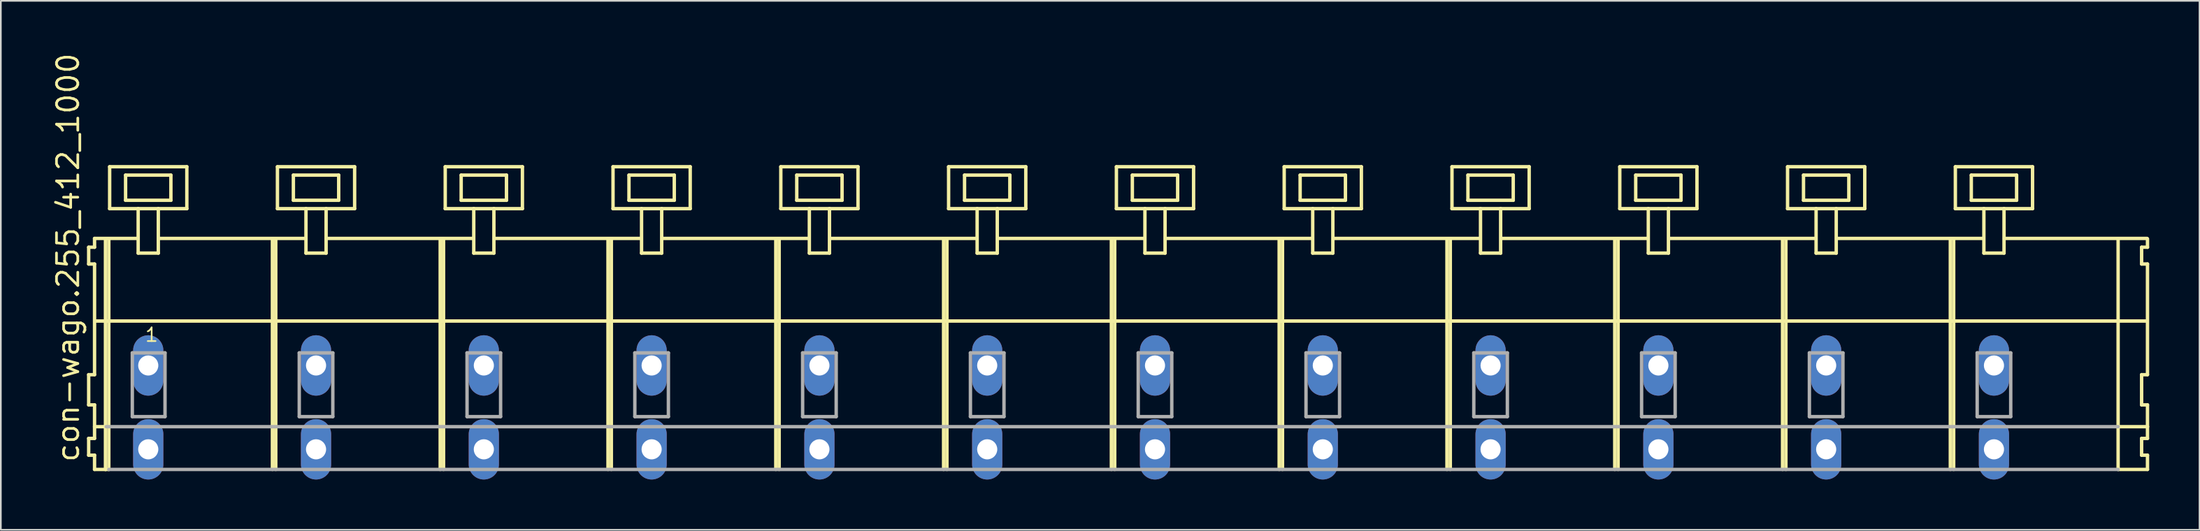
<source format=kicad_pcb>
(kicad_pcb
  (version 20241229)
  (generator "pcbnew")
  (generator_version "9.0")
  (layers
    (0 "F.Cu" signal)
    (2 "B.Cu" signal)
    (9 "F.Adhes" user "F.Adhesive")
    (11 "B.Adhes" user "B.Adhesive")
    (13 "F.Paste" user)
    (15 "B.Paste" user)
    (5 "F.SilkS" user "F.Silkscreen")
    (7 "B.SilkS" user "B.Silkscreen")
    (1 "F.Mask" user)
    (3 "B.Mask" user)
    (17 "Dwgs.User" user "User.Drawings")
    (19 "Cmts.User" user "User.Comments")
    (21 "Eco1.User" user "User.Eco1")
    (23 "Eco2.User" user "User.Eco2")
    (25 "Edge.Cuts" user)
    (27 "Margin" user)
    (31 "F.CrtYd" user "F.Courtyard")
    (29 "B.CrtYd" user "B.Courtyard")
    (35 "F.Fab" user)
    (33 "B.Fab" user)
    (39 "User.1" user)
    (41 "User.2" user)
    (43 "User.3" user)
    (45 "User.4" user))
  (footprint "con-wago.255_412_1000"
    (layer "F.Cu")
    (at 63.285 18.743)
    (property "Reference" "con-wago.255_412_1000" (at -61.535 5.855 90) (layer "F.SilkS") (effects (font (size 1.27 1.27) (thickness 0.16)) (justify left bottom)))
    (attr through_hole)
    (fp_line (start -61.05 -7.05) (end -61.05 -6.05) (stroke (width 0.203) (type default)) (layer "F.SilkS"))
    (fp_line (start -61.05 -6.05) (end -60.7 -6.05) (stroke (width 0.203) (type default)) (layer "F.SilkS"))
    (fp_line (start -61.05 0.55) (end -61.05 2.35) (stroke (width 0.203) (type default)) (layer "F.SilkS"))
    (fp_line (start -61.05 2.35) (end -60.7 2.35) (stroke (width 0.203) (type default)) (layer "F.SilkS"))
    (fp_line (start -61.05 4.35) (end -61.05 5.35) (stroke (width 0.203) (type default)) (layer "F.SilkS"))
    (fp_line (start -61.05 5.35) (end -60.7 5.35) (stroke (width 0.203) (type default)) (layer "F.SilkS"))
    (fp_line (start -60.7 -7.575) (end -60.7 -7.05) (stroke (width 0.203) (type default)) (layer "F.SilkS"))
    (fp_line (start -60.7 -7.575) (end -58.125 -7.575) (stroke (width 0.203) (type default)) (layer "F.SilkS"))
    (fp_line (start -60.7 -7.05) (end -61.05 -7.05) (stroke (width 0.203) (type default)) (layer "F.SilkS"))
    (fp_line (start -60.7 -6.05) (end -60.7 0.55) (stroke (width 0.203) (type default)) (layer "F.SilkS"))
    (fp_line (start -60.7 0.55) (end -61.05 0.55) (stroke (width 0.203) (type default)) (layer "F.SilkS"))
    (fp_line (start -60.7 2.35) (end -60.7 4.35) (stroke (width 0.203) (type default)) (layer "F.SilkS"))
    (fp_line (start -60.7 3.65) (end -60 3.65) (stroke (width 0.203) (type default)) (layer "F.SilkS"))
    (fp_line (start -60.7 4.35) (end -61.05 4.35) (stroke (width 0.203) (type default)) (layer "F.SilkS"))
    (fp_line (start -60.7 5.35) (end -60.7 6.2) (stroke (width 0.203) (type default)) (layer "F.SilkS"))
    (fp_line (start -60.7 6.2) (end -60.05 6.2) (stroke (width 0.203) (type default)) (layer "F.SilkS"))
    (fp_line (start -60.65 -2.65) (end 61.6 -2.65) (stroke (width 0.203) (type default)) (layer "F.SilkS"))
    (fp_line (start -60.05 -7.55) (end -60.05 6.2) (stroke (width 0.203) (type default)) (layer "F.SilkS"))
    (fp_line (start -60.05 6.2) (end -59.85 6.2) (stroke (width 0.203) (type default)) (layer "F.SilkS"))
    (fp_line (start -59.85 -7.55) (end -59.85 6.2) (stroke (width 0.203) (type default)) (layer "F.SilkS"))
    (fp_line (start -59.8 -11.85) (end -59.8 -9.35) (stroke (width 0.203) (type default)) (layer "F.SilkS"))
    (fp_line (start -59.8 -9.35) (end -58.1 -9.35) (stroke (width 0.203) (type default)) (layer "F.SilkS"))
    (fp_line (start -58.85 -11.35) (end -58.85 -9.85) (stroke (width 0.203) (type default)) (layer "F.SilkS"))
    (fp_line (start -58.85 -9.85) (end -56.15 -9.85) (stroke (width 0.203) (type default)) (layer "F.SilkS"))
    (fp_line (start -58.1 -9.35) (end -58.1 -6.7) (stroke (width 0.203) (type default)) (layer "F.SilkS"))
    (fp_line (start -58.1 -9.35) (end -56.9 -9.35) (stroke (width 0.203) (type default)) (layer "F.SilkS"))
    (fp_line (start -58.1 -6.7) (end -56.9 -6.7) (stroke (width 0.203) (type default)) (layer "F.SilkS"))
    (fp_line (start -56.9 -9.35) (end -55.2 -9.35) (stroke (width 0.203) (type default)) (layer "F.SilkS"))
    (fp_line (start -56.9 -6.7) (end -56.9 -9.35) (stroke (width 0.203) (type default)) (layer "F.SilkS"))
    (fp_line (start -56.825 -7.575) (end -48.125 -7.575) (stroke (width 0.203) (type default)) (layer "F.SilkS"))
    (fp_line (start -56.15 -11.35) (end -58.85 -11.35) (stroke (width 0.203) (type default)) (layer "F.SilkS"))
    (fp_line (start -56.15 -9.85) (end -56.15 -11.35) (stroke (width 0.203) (type default)) (layer "F.SilkS"))
    (fp_line (start -55.2 -11.85) (end -59.8 -11.85) (stroke (width 0.203) (type default)) (layer "F.SilkS"))
    (fp_line (start -55.2 -9.35) (end -55.2 -11.85) (stroke (width 0.203) (type default)) (layer "F.SilkS"))
    (fp_line (start -50.1 -7.55) (end -50.1 6.2) (stroke (width 0.203) (type default)) (layer "F.SilkS"))
    (fp_line (start -49.9 -7.55) (end -49.9 6.2) (stroke (width 0.203) (type default)) (layer "F.SilkS"))
    (fp_line (start -49.8 -11.85) (end -49.8 -9.35) (stroke (width 0.203) (type default)) (layer "F.SilkS"))
    (fp_line (start -49.8 -9.35) (end -48.1 -9.35) (stroke (width 0.203) (type default)) (layer "F.SilkS"))
    (fp_line (start -48.85 -11.35) (end -48.85 -9.85) (stroke (width 0.203) (type default)) (layer "F.SilkS"))
    (fp_line (start -48.85 -9.85) (end -46.15 -9.85) (stroke (width 0.203) (type default)) (layer "F.SilkS"))
    (fp_line (start -48.1 -9.35) (end -48.1 -6.7) (stroke (width 0.203) (type default)) (layer "F.SilkS"))
    (fp_line (start -48.1 -9.35) (end -46.9 -9.35) (stroke (width 0.203) (type default)) (layer "F.SilkS"))
    (fp_line (start -48.1 -6.7) (end -46.9 -6.7) (stroke (width 0.203) (type default)) (layer "F.SilkS"))
    (fp_line (start -46.9 -9.35) (end -45.2 -9.35) (stroke (width 0.203) (type default)) (layer "F.SilkS"))
    (fp_line (start -46.9 -6.7) (end -46.9 -9.35) (stroke (width 0.203) (type default)) (layer "F.SilkS"))
    (fp_line (start -46.825 -7.575) (end -38.125 -7.575) (stroke (width 0.203) (type default)) (layer "F.SilkS"))
    (fp_line (start -46.15 -11.35) (end -48.85 -11.35) (stroke (width 0.203) (type default)) (layer "F.SilkS"))
    (fp_line (start -46.15 -9.85) (end -46.15 -11.35) (stroke (width 0.203) (type default)) (layer "F.SilkS"))
    (fp_line (start -45.2 -11.85) (end -49.8 -11.85) (stroke (width 0.203) (type default)) (layer "F.SilkS"))
    (fp_line (start -45.2 -9.35) (end -45.2 -11.85) (stroke (width 0.203) (type default)) (layer "F.SilkS"))
    (fp_line (start -40.1 -7.55) (end -40.1 6.2) (stroke (width 0.203) (type default)) (layer "F.SilkS"))
    (fp_line (start -39.9 -7.55) (end -39.9 6.2) (stroke (width 0.203) (type default)) (layer "F.SilkS"))
    (fp_line (start -39.8 -11.85) (end -39.8 -9.35) (stroke (width 0.203) (type default)) (layer "F.SilkS"))
    (fp_line (start -39.8 -9.35) (end -38.1 -9.35) (stroke (width 0.203) (type default)) (layer "F.SilkS"))
    (fp_line (start -38.85 -11.35) (end -38.85 -9.85) (stroke (width 0.203) (type default)) (layer "F.SilkS"))
    (fp_line (start -38.85 -9.85) (end -36.15 -9.85) (stroke (width 0.203) (type default)) (layer "F.SilkS"))
    (fp_line (start -38.1 -9.35) (end -38.1 -6.7) (stroke (width 0.203) (type default)) (layer "F.SilkS"))
    (fp_line (start -38.1 -9.35) (end -36.9 -9.35) (stroke (width 0.203) (type default)) (layer "F.SilkS"))
    (fp_line (start -38.1 -6.7) (end -36.9 -6.7) (stroke (width 0.203) (type default)) (layer "F.SilkS"))
    (fp_line (start -36.9 -9.35) (end -35.2 -9.35) (stroke (width 0.203) (type default)) (layer "F.SilkS"))
    (fp_line (start -36.9 -6.7) (end -36.9 -9.35) (stroke (width 0.203) (type default)) (layer "F.SilkS"))
    (fp_line (start -36.825 -7.575) (end -28.125 -7.575) (stroke (width 0.203) (type default)) (layer "F.SilkS"))
    (fp_line (start -36.15 -11.35) (end -38.85 -11.35) (stroke (width 0.203) (type default)) (layer "F.SilkS"))
    (fp_line (start -36.15 -9.85) (end -36.15 -11.35) (stroke (width 0.203) (type default)) (layer "F.SilkS"))
    (fp_line (start -35.2 -11.85) (end -39.8 -11.85) (stroke (width 0.203) (type default)) (layer "F.SilkS"))
    (fp_line (start -35.2 -9.35) (end -35.2 -11.85) (stroke (width 0.203) (type default)) (layer "F.SilkS"))
    (fp_line (start -30.1 -7.55) (end -30.1 6.2) (stroke (width 0.203) (type default)) (layer "F.SilkS"))
    (fp_line (start -29.9 -7.55) (end -29.9 6.2) (stroke (width 0.203) (type default)) (layer "F.SilkS"))
    (fp_line (start -29.8 -11.85) (end -29.8 -9.35) (stroke (width 0.203) (type default)) (layer "F.SilkS"))
    (fp_line (start -29.8 -9.35) (end -28.1 -9.35) (stroke (width 0.203) (type default)) (layer "F.SilkS"))
    (fp_line (start -28.85 -11.35) (end -28.85 -9.85) (stroke (width 0.203) (type default)) (layer "F.SilkS"))
    (fp_line (start -28.85 -9.85) (end -26.15 -9.85) (stroke (width 0.203) (type default)) (layer "F.SilkS"))
    (fp_line (start -28.1 -9.35) (end -28.1 -6.7) (stroke (width 0.203) (type default)) (layer "F.SilkS"))
    (fp_line (start -28.1 -9.35) (end -26.9 -9.35) (stroke (width 0.203) (type default)) (layer "F.SilkS"))
    (fp_line (start -28.1 -6.7) (end -26.9 -6.7) (stroke (width 0.203) (type default)) (layer "F.SilkS"))
    (fp_line (start -26.9 -9.35) (end -25.2 -9.35) (stroke (width 0.203) (type default)) (layer "F.SilkS"))
    (fp_line (start -26.9 -6.7) (end -26.9 -9.35) (stroke (width 0.203) (type default)) (layer "F.SilkS"))
    (fp_line (start -26.825 -7.575) (end -18.125 -7.575) (stroke (width 0.203) (type default)) (layer "F.SilkS"))
    (fp_line (start -26.15 -11.35) (end -28.85 -11.35) (stroke (width 0.203) (type default)) (layer "F.SilkS"))
    (fp_line (start -26.15 -9.85) (end -26.15 -11.35) (stroke (width 0.203) (type default)) (layer "F.SilkS"))
    (fp_line (start -25.2 -11.85) (end -29.8 -11.85) (stroke (width 0.203) (type default)) (layer "F.SilkS"))
    (fp_line (start -25.2 -9.35) (end -25.2 -11.85) (stroke (width 0.203) (type default)) (layer "F.SilkS"))
    (fp_line (start -20.1 -7.55) (end -20.1 6.2) (stroke (width 0.203) (type default)) (layer "F.SilkS"))
    (fp_line (start -19.9 -7.55) (end -19.9 6.2) (stroke (width 0.203) (type default)) (layer "F.SilkS"))
    (fp_line (start -19.8 -11.85) (end -19.8 -9.35) (stroke (width 0.203) (type default)) (layer "F.SilkS"))
    (fp_line (start -19.8 -9.35) (end -18.1 -9.35) (stroke (width 0.203) (type default)) (layer "F.SilkS"))
    (fp_line (start -18.85 -11.35) (end -18.85 -9.85) (stroke (width 0.203) (type default)) (layer "F.SilkS"))
    (fp_line (start -18.85 -9.85) (end -16.15 -9.85) (stroke (width 0.203) (type default)) (layer "F.SilkS"))
    (fp_line (start -18.1 -9.35) (end -18.1 -6.7) (stroke (width 0.203) (type default)) (layer "F.SilkS"))
    (fp_line (start -18.1 -9.35) (end -16.9 -9.35) (stroke (width 0.203) (type default)) (layer "F.SilkS"))
    (fp_line (start -18.1 -6.7) (end -16.9 -6.7) (stroke (width 0.203) (type default)) (layer "F.SilkS"))
    (fp_line (start -16.9 -9.35) (end -15.2 -9.35) (stroke (width 0.203) (type default)) (layer "F.SilkS"))
    (fp_line (start -16.9 -6.7) (end -16.9 -9.35) (stroke (width 0.203) (type default)) (layer "F.SilkS"))
    (fp_line (start -16.825 -7.575) (end -8.125 -7.575) (stroke (width 0.203) (type default)) (layer "F.SilkS"))
    (fp_line (start -16.15 -11.35) (end -18.85 -11.35) (stroke (width 0.203) (type default)) (layer "F.SilkS"))
    (fp_line (start -16.15 -9.85) (end -16.15 -11.35) (stroke (width 0.203) (type default)) (layer "F.SilkS"))
    (fp_line (start -15.2 -11.85) (end -19.8 -11.85) (stroke (width 0.203) (type default)) (layer "F.SilkS"))
    (fp_line (start -15.2 -9.35) (end -15.2 -11.85) (stroke (width 0.203) (type default)) (layer "F.SilkS"))
    (fp_line (start -10.1 -7.55) (end -10.1 6.2) (stroke (width 0.203) (type default)) (layer "F.SilkS"))
    (fp_line (start -9.9 -7.55) (end -9.9 6.2) (stroke (width 0.203) (type default)) (layer "F.SilkS"))
    (fp_line (start -9.8 -11.85) (end -9.8 -9.35) (stroke (width 0.203) (type default)) (layer "F.SilkS"))
    (fp_line (start -9.8 -9.35) (end -8.1 -9.35) (stroke (width 0.203) (type default)) (layer "F.SilkS"))
    (fp_line (start -8.85 -11.35) (end -8.85 -9.85) (stroke (width 0.203) (type default)) (layer "F.SilkS"))
    (fp_line (start -8.85 -9.85) (end -6.15 -9.85) (stroke (width 0.203) (type default)) (layer "F.SilkS"))
    (fp_line (start -8.1 -9.35) (end -8.1 -6.7) (stroke (width 0.203) (type default)) (layer "F.SilkS"))
    (fp_line (start -8.1 -9.35) (end -6.9 -9.35) (stroke (width 0.203) (type default)) (layer "F.SilkS"))
    (fp_line (start -8.1 -6.7) (end -6.9 -6.7) (stroke (width 0.203) (type default)) (layer "F.SilkS"))
    (fp_line (start -6.9 -9.35) (end -5.2 -9.35) (stroke (width 0.203) (type default)) (layer "F.SilkS"))
    (fp_line (start -6.9 -6.7) (end -6.9 -9.35) (stroke (width 0.203) (type default)) (layer "F.SilkS"))
    (fp_line (start -6.825 -7.575) (end 1.875 -7.575) (stroke (width 0.203) (type default)) (layer "F.SilkS"))
    (fp_line (start -6.15 -11.35) (end -8.85 -11.35) (stroke (width 0.203) (type default)) (layer "F.SilkS"))
    (fp_line (start -6.15 -9.85) (end -6.15 -11.35) (stroke (width 0.203) (type default)) (layer "F.SilkS"))
    (fp_line (start -5.2 -11.85) (end -9.8 -11.85) (stroke (width 0.203) (type default)) (layer "F.SilkS"))
    (fp_line (start -5.2 -9.35) (end -5.2 -11.85) (stroke (width 0.203) (type default)) (layer "F.SilkS"))
    (fp_line (start -0.1 -7.55) (end -0.1 6.2) (stroke (width 0.203) (type default)) (layer "F.SilkS"))
    (fp_line (start 0.1 -7.55) (end 0.1 6.2) (stroke (width 0.203) (type default)) (layer "F.SilkS"))
    (fp_line (start 0.2 -11.85) (end 0.2 -9.35) (stroke (width 0.203) (type default)) (layer "F.SilkS"))
    (fp_line (start 0.2 -9.35) (end 1.9 -9.35) (stroke (width 0.203) (type default)) (layer "F.SilkS"))
    (fp_line (start 1.15 -11.35) (end 1.15 -9.85) (stroke (width 0.203) (type default)) (layer "F.SilkS"))
    (fp_line (start 1.15 -9.85) (end 3.85 -9.85) (stroke (width 0.203) (type default)) (layer "F.SilkS"))
    (fp_line (start 1.9 -9.35) (end 1.9 -6.7) (stroke (width 0.203) (type default)) (layer "F.SilkS"))
    (fp_line (start 1.9 -9.35) (end 3.1 -9.35) (stroke (width 0.203) (type default)) (layer "F.SilkS"))
    (fp_line (start 1.9 -6.7) (end 3.1 -6.7) (stroke (width 0.203) (type default)) (layer "F.SilkS"))
    (fp_line (start 3.1 -9.35) (end 4.8 -9.35) (stroke (width 0.203) (type default)) (layer "F.SilkS"))
    (fp_line (start 3.1 -6.7) (end 3.1 -9.35) (stroke (width 0.203) (type default)) (layer "F.SilkS"))
    (fp_line (start 3.175 -7.575) (end 11.875 -7.575) (stroke (width 0.203) (type default)) (layer "F.SilkS"))
    (fp_line (start 3.85 -11.35) (end 1.15 -11.35) (stroke (width 0.203) (type default)) (layer "F.SilkS"))
    (fp_line (start 3.85 -9.85) (end 3.85 -11.35) (stroke (width 0.203) (type default)) (layer "F.SilkS"))
    (fp_line (start 4.8 -11.85) (end 0.2 -11.85) (stroke (width 0.203) (type default)) (layer "F.SilkS"))
    (fp_line (start 4.8 -9.35) (end 4.8 -11.85) (stroke (width 0.203) (type default)) (layer "F.SilkS"))
    (fp_line (start 9.9 -7.55) (end 9.9 6.2) (stroke (width 0.203) (type default)) (layer "F.SilkS"))
    (fp_line (start 10.1 -7.55) (end 10.1 6.2) (stroke (width 0.203) (type default)) (layer "F.SilkS"))
    (fp_line (start 10.2 -11.85) (end 10.2 -9.35) (stroke (width 0.203) (type default)) (layer "F.SilkS"))
    (fp_line (start 10.2 -9.35) (end 11.9 -9.35) (stroke (width 0.203) (type default)) (layer "F.SilkS"))
    (fp_line (start 11.15 -11.35) (end 11.15 -9.85) (stroke (width 0.203) (type default)) (layer "F.SilkS"))
    (fp_line (start 11.15 -9.85) (end 13.85 -9.85) (stroke (width 0.203) (type default)) (layer "F.SilkS"))
    (fp_line (start 11.9 -9.35) (end 11.9 -6.7) (stroke (width 0.203) (type default)) (layer "F.SilkS"))
    (fp_line (start 11.9 -9.35) (end 13.1 -9.35) (stroke (width 0.203) (type default)) (layer "F.SilkS"))
    (fp_line (start 11.9 -6.7) (end 13.1 -6.7) (stroke (width 0.203) (type default)) (layer "F.SilkS"))
    (fp_line (start 13.1 -9.35) (end 14.8 -9.35) (stroke (width 0.203) (type default)) (layer "F.SilkS"))
    (fp_line (start 13.1 -6.7) (end 13.1 -9.35) (stroke (width 0.203) (type default)) (layer "F.SilkS"))
    (fp_line (start 13.175 -7.575) (end 21.875 -7.575) (stroke (width 0.203) (type default)) (layer "F.SilkS"))
    (fp_line (start 13.85 -11.35) (end 11.15 -11.35) (stroke (width 0.203) (type default)) (layer "F.SilkS"))
    (fp_line (start 13.85 -9.85) (end 13.85 -11.35) (stroke (width 0.203) (type default)) (layer "F.SilkS"))
    (fp_line (start 14.8 -11.85) (end 10.2 -11.85) (stroke (width 0.203) (type default)) (layer "F.SilkS"))
    (fp_line (start 14.8 -9.35) (end 14.8 -11.85) (stroke (width 0.203) (type default)) (layer "F.SilkS"))
    (fp_line (start 19.9 -7.55) (end 19.9 6.2) (stroke (width 0.203) (type default)) (layer "F.SilkS"))
    (fp_line (start 20.1 -7.55) (end 20.1 6.2) (stroke (width 0.203) (type default)) (layer "F.SilkS"))
    (fp_line (start 20.2 -11.85) (end 20.2 -9.35) (stroke (width 0.203) (type default)) (layer "F.SilkS"))
    (fp_line (start 20.2 -9.35) (end 21.9 -9.35) (stroke (width 0.203) (type default)) (layer "F.SilkS"))
    (fp_line (start 21.15 -11.35) (end 21.15 -9.85) (stroke (width 0.203) (type default)) (layer "F.SilkS"))
    (fp_line (start 21.15 -9.85) (end 23.85 -9.85) (stroke (width 0.203) (type default)) (layer "F.SilkS"))
    (fp_line (start 21.9 -9.35) (end 21.9 -6.7) (stroke (width 0.203) (type default)) (layer "F.SilkS"))
    (fp_line (start 21.9 -9.35) (end 23.1 -9.35) (stroke (width 0.203) (type default)) (layer "F.SilkS"))
    (fp_line (start 21.9 -6.7) (end 23.1 -6.7) (stroke (width 0.203) (type default)) (layer "F.SilkS"))
    (fp_line (start 23.1 -9.35) (end 24.8 -9.35) (stroke (width 0.203) (type default)) (layer "F.SilkS"))
    (fp_line (start 23.1 -6.7) (end 23.1 -9.35) (stroke (width 0.203) (type default)) (layer "F.SilkS"))
    (fp_line (start 23.175 -7.575) (end 31.875 -7.575) (stroke (width 0.203) (type default)) (layer "F.SilkS"))
    (fp_line (start 23.85 -11.35) (end 21.15 -11.35) (stroke (width 0.203) (type default)) (layer "F.SilkS"))
    (fp_line (start 23.85 -9.85) (end 23.85 -11.35) (stroke (width 0.203) (type default)) (layer "F.SilkS"))
    (fp_line (start 24.8 -11.85) (end 20.2 -11.85) (stroke (width 0.203) (type default)) (layer "F.SilkS"))
    (fp_line (start 24.8 -9.35) (end 24.8 -11.85) (stroke (width 0.203) (type default)) (layer "F.SilkS"))
    (fp_line (start 29.9 -7.55) (end 29.9 6.2) (stroke (width 0.203) (type default)) (layer "F.SilkS"))
    (fp_line (start 30.1 -7.55) (end 30.1 6.2) (stroke (width 0.203) (type default)) (layer "F.SilkS"))
    (fp_line (start 30.2 -11.85) (end 30.2 -9.35) (stroke (width 0.203) (type default)) (layer "F.SilkS"))
    (fp_line (start 30.2 -9.35) (end 31.9 -9.35) (stroke (width 0.203) (type default)) (layer "F.SilkS"))
    (fp_line (start 31.15 -11.35) (end 31.15 -9.85) (stroke (width 0.203) (type default)) (layer "F.SilkS"))
    (fp_line (start 31.15 -9.85) (end 33.85 -9.85) (stroke (width 0.203) (type default)) (layer "F.SilkS"))
    (fp_line (start 31.9 -9.35) (end 31.9 -6.7) (stroke (width 0.203) (type default)) (layer "F.SilkS"))
    (fp_line (start 31.9 -9.35) (end 33.1 -9.35) (stroke (width 0.203) (type default)) (layer "F.SilkS"))
    (fp_line (start 31.9 -6.7) (end 33.1 -6.7) (stroke (width 0.203) (type default)) (layer "F.SilkS"))
    (fp_line (start 33.1 -9.35) (end 34.8 -9.35) (stroke (width 0.203) (type default)) (layer "F.SilkS"))
    (fp_line (start 33.1 -6.7) (end 33.1 -9.35) (stroke (width 0.203) (type default)) (layer "F.SilkS"))
    (fp_line (start 33.175 -7.575) (end 41.875 -7.575) (stroke (width 0.203) (type default)) (layer "F.SilkS"))
    (fp_line (start 33.85 -11.35) (end 31.15 -11.35) (stroke (width 0.203) (type default)) (layer "F.SilkS"))
    (fp_line (start 33.85 -9.85) (end 33.85 -11.35) (stroke (width 0.203) (type default)) (layer "F.SilkS"))
    (fp_line (start 34.8 -11.85) (end 30.2 -11.85) (stroke (width 0.203) (type default)) (layer "F.SilkS"))
    (fp_line (start 34.8 -9.35) (end 34.8 -11.85) (stroke (width 0.203) (type default)) (layer "F.SilkS"))
    (fp_line (start 39.9 -7.55) (end 39.9 6.2) (stroke (width 0.203) (type default)) (layer "F.SilkS"))
    (fp_line (start 40.1 -7.55) (end 40.1 6.2) (stroke (width 0.203) (type default)) (layer "F.SilkS"))
    (fp_line (start 40.2 -11.85) (end 40.2 -9.35) (stroke (width 0.203) (type default)) (layer "F.SilkS"))
    (fp_line (start 40.2 -9.35) (end 41.9 -9.35) (stroke (width 0.203) (type default)) (layer "F.SilkS"))
    (fp_line (start 41.15 -11.35) (end 41.15 -9.85) (stroke (width 0.203) (type default)) (layer "F.SilkS"))
    (fp_line (start 41.15 -9.85) (end 43.85 -9.85) (stroke (width 0.203) (type default)) (layer "F.SilkS"))
    (fp_line (start 41.9 -9.35) (end 41.9 -6.7) (stroke (width 0.203) (type default)) (layer "F.SilkS"))
    (fp_line (start 41.9 -9.35) (end 43.1 -9.35) (stroke (width 0.203) (type default)) (layer "F.SilkS"))
    (fp_line (start 41.9 -6.7) (end 43.1 -6.7) (stroke (width 0.203) (type default)) (layer "F.SilkS"))
    (fp_line (start 43.1 -9.35) (end 44.8 -9.35) (stroke (width 0.203) (type default)) (layer "F.SilkS"))
    (fp_line (start 43.1 -6.7) (end 43.1 -9.35) (stroke (width 0.203) (type default)) (layer "F.SilkS"))
    (fp_line (start 43.175 -7.575) (end 51.875 -7.575) (stroke (width 0.203) (type default)) (layer "F.SilkS"))
    (fp_line (start 43.85 -11.35) (end 41.15 -11.35) (stroke (width 0.203) (type default)) (layer "F.SilkS"))
    (fp_line (start 43.85 -9.85) (end 43.85 -11.35) (stroke (width 0.203) (type default)) (layer "F.SilkS"))
    (fp_line (start 44.8 -11.85) (end 40.2 -11.85) (stroke (width 0.203) (type default)) (layer "F.SilkS"))
    (fp_line (start 44.8 -9.35) (end 44.8 -11.85) (stroke (width 0.203) (type default)) (layer "F.SilkS"))
    (fp_line (start 49.9 -7.55) (end 49.9 6.2) (stroke (width 0.203) (type default)) (layer "F.SilkS"))
    (fp_line (start 50.1 -7.55) (end 50.1 6.2) (stroke (width 0.203) (type default)) (layer "F.SilkS"))
    (fp_line (start 50.2 -11.85) (end 50.2 -9.35) (stroke (width 0.203) (type default)) (layer "F.SilkS"))
    (fp_line (start 50.2 -9.35) (end 51.9 -9.35) (stroke (width 0.203) (type default)) (layer "F.SilkS"))
    (fp_line (start 51.15 -11.35) (end 51.15 -9.85) (stroke (width 0.203) (type default)) (layer "F.SilkS"))
    (fp_line (start 51.15 -9.85) (end 53.85 -9.85) (stroke (width 0.203) (type default)) (layer "F.SilkS"))
    (fp_line (start 51.9 -9.35) (end 51.9 -6.7) (stroke (width 0.203) (type default)) (layer "F.SilkS"))
    (fp_line (start 51.9 -9.35) (end 53.1 -9.35) (stroke (width 0.203) (type default)) (layer "F.SilkS"))
    (fp_line (start 51.9 -6.7) (end 53.1 -6.7) (stroke (width 0.203) (type default)) (layer "F.SilkS"))
    (fp_line (start 53.1 -9.35) (end 54.8 -9.35) (stroke (width 0.203) (type default)) (layer "F.SilkS"))
    (fp_line (start 53.1 -6.7) (end 53.1 -9.35) (stroke (width 0.203) (type default)) (layer "F.SilkS"))
    (fp_line (start 53.125 -7.575) (end 61.625 -7.575) (stroke (width 0.203) (type default)) (layer "F.SilkS"))
    (fp_line (start 53.85 -11.35) (end 51.15 -11.35) (stroke (width 0.203) (type default)) (layer "F.SilkS"))
    (fp_line (start 53.85 -9.85) (end 53.85 -11.35) (stroke (width 0.203) (type default)) (layer "F.SilkS"))
    (fp_line (start 54.8 -11.85) (end 50.2 -11.85) (stroke (width 0.203) (type default)) (layer "F.SilkS"))
    (fp_line (start 54.8 -9.35) (end 54.8 -11.85) (stroke (width 0.203) (type default)) (layer "F.SilkS"))
    (fp_line (start 59.9 -7.55) (end 59.9 6.2) (stroke (width 0.203) (type default)) (layer "F.SilkS"))
    (fp_line (start 59.9 6.2) (end 61.65 6.2) (stroke (width 0.203) (type default)) (layer "F.SilkS"))
    (fp_line (start 59.95 3.65) (end 61.65 3.65) (stroke (width 0.203) (type default)) (layer "F.SilkS"))
    (fp_line (start 61.3 -7.05) (end 61.3 -6.05) (stroke (width 0.203) (type default)) (layer "F.SilkS"))
    (fp_line (start 61.3 -6.05) (end 61.65 -6.05) (stroke (width 0.203) (type default)) (layer "F.SilkS"))
    (fp_line (start 61.3 0.55) (end 61.3 2.35) (stroke (width 0.203) (type default)) (layer "F.SilkS"))
    (fp_line (start 61.3 2.35) (end 61.65 2.35) (stroke (width 0.203) (type default)) (layer "F.SilkS"))
    (fp_line (start 61.3 4.35) (end 61.3 5.35) (stroke (width 0.203) (type default)) (layer "F.SilkS"))
    (fp_line (start 61.3 5.35) (end 61.65 5.35) (stroke (width 0.203) (type default)) (layer "F.SilkS"))
    (fp_line (start 61.65 -7.05) (end 61.3 -7.05) (stroke (width 0.203) (type default)) (layer "F.SilkS"))
    (fp_line (start 61.65 -7.05) (end 61.65 -7.55) (stroke (width 0.203) (type default)) (layer "F.SilkS"))
    (fp_line (start 61.65 0.55) (end 61.3 0.55) (stroke (width 0.203) (type default)) (layer "F.SilkS"))
    (fp_line (start 61.65 0.55) (end 61.65 -6.05) (stroke (width 0.203) (type default)) (layer "F.SilkS"))
    (fp_line (start 61.65 3.65) (end 61.65 2.35) (stroke (width 0.203) (type default)) (layer "F.SilkS"))
    (fp_line (start 61.65 4.35) (end 61.3 4.35) (stroke (width 0.203) (type default)) (layer "F.SilkS"))
    (fp_line (start 61.65 4.35) (end 61.65 3.65) (stroke (width 0.203) (type default)) (layer "F.SilkS"))
    (fp_line (start 61.65 6.2) (end 61.65 5.35) (stroke (width 0.203) (type default)) (layer "F.SilkS"))
    (fp_line (start -60 3.65) (end 59.9 3.65) (stroke (width 0.203) (type default)) (layer "F.Fab"))
    (fp_line (start -59.85 6.2) (end 59.9 6.2) (stroke (width 0.203) (type default)) (layer "F.Fab"))
    (fp_line (start -58.45 -0.75) (end -58.45 3.05) (stroke (width 0.203) (type default)) (layer "F.Fab"))
    (fp_line (start -58.45 3.05) (end -56.5 3.05) (stroke (width 0.203) (type default)) (layer "F.Fab"))
    (fp_line (start -56.5 -0.75) (end -58.45 -0.75) (stroke (width 0.203) (type default)) (layer "F.Fab"))
    (fp_line (start -56.5 3.05) (end -56.5 -0.75) (stroke (width 0.203) (type default)) (layer "F.Fab"))
    (fp_line (start -48.5 -0.75) (end -48.5 3.05) (stroke (width 0.203) (type default)) (layer "F.Fab"))
    (fp_line (start -48.5 3.05) (end -46.5 3.05) (stroke (width 0.203) (type default)) (layer "F.Fab"))
    (fp_line (start -46.5 -0.75) (end -48.5 -0.75) (stroke (width 0.203) (type default)) (layer "F.Fab"))
    (fp_line (start -46.5 3.05) (end -46.5 -0.75) (stroke (width 0.203) (type default)) (layer "F.Fab"))
    (fp_line (start -38.5 -0.75) (end -38.5 3.05) (stroke (width 0.203) (type default)) (layer "F.Fab"))
    (fp_line (start -38.5 3.05) (end -36.5 3.05) (stroke (width 0.203) (type default)) (layer "F.Fab"))
    (fp_line (start -36.5 -0.75) (end -38.5 -0.75) (stroke (width 0.203) (type default)) (layer "F.Fab"))
    (fp_line (start -36.5 3.05) (end -36.5 -0.75) (stroke (width 0.203) (type default)) (layer "F.Fab"))
    (fp_line (start -28.5 -0.75) (end -28.5 3.05) (stroke (width 0.203) (type default)) (layer "F.Fab"))
    (fp_line (start -28.5 3.05) (end -26.5 3.05) (stroke (width 0.203) (type default)) (layer "F.Fab"))
    (fp_line (start -26.5 -0.75) (end -28.5 -0.75) (stroke (width 0.203) (type default)) (layer "F.Fab"))
    (fp_line (start -26.5 3.05) (end -26.5 -0.75) (stroke (width 0.203) (type default)) (layer "F.Fab"))
    (fp_line (start -18.5 -0.75) (end -18.5 3.05) (stroke (width 0.203) (type default)) (layer "F.Fab"))
    (fp_line (start -18.5 3.05) (end -16.5 3.05) (stroke (width 0.203) (type default)) (layer "F.Fab"))
    (fp_line (start -16.5 -0.75) (end -18.5 -0.75) (stroke (width 0.203) (type default)) (layer "F.Fab"))
    (fp_line (start -16.5 3.05) (end -16.5 -0.75) (stroke (width 0.203) (type default)) (layer "F.Fab"))
    (fp_line (start -8.5 -0.75) (end -8.5 3.05) (stroke (width 0.203) (type default)) (layer "F.Fab"))
    (fp_line (start -8.5 3.05) (end -6.5 3.05) (stroke (width 0.203) (type default)) (layer "F.Fab"))
    (fp_line (start -6.5 -0.75) (end -8.5 -0.75) (stroke (width 0.203) (type default)) (layer "F.Fab"))
    (fp_line (start -6.5 3.05) (end -6.5 -0.75) (stroke (width 0.203) (type default)) (layer "F.Fab"))
    (fp_line (start 1.5 -0.75) (end 1.5 3.05) (stroke (width 0.203) (type default)) (layer "F.Fab"))
    (fp_line (start 1.5 3.05) (end 3.5 3.05) (stroke (width 0.203) (type default)) (layer "F.Fab"))
    (fp_line (start 3.5 -0.75) (end 1.5 -0.75) (stroke (width 0.203) (type default)) (layer "F.Fab"))
    (fp_line (start 3.5 3.05) (end 3.5 -0.75) (stroke (width 0.203) (type default)) (layer "F.Fab"))
    (fp_line (start 11.5 -0.75) (end 11.5 3.05) (stroke (width 0.203) (type default)) (layer "F.Fab"))
    (fp_line (start 11.5 3.05) (end 13.5 3.05) (stroke (width 0.203) (type default)) (layer "F.Fab"))
    (fp_line (start 13.5 -0.75) (end 11.5 -0.75) (stroke (width 0.203) (type default)) (layer "F.Fab"))
    (fp_line (start 13.5 3.05) (end 13.5 -0.75) (stroke (width 0.203) (type default)) (layer "F.Fab"))
    (fp_line (start 21.5 -0.75) (end 21.5 3.05) (stroke (width 0.203) (type default)) (layer "F.Fab"))
    (fp_line (start 21.5 3.05) (end 23.5 3.05) (stroke (width 0.203) (type default)) (layer "F.Fab"))
    (fp_line (start 23.5 -0.75) (end 21.5 -0.75) (stroke (width 0.203) (type default)) (layer "F.Fab"))
    (fp_line (start 23.5 3.05) (end 23.5 -0.75) (stroke (width 0.203) (type default)) (layer "F.Fab"))
    (fp_line (start 31.5 -0.75) (end 31.5 3.05) (stroke (width 0.203) (type default)) (layer "F.Fab"))
    (fp_line (start 31.5 3.05) (end 33.5 3.05) (stroke (width 0.203) (type default)) (layer "F.Fab"))
    (fp_line (start 33.5 -0.75) (end 31.5 -0.75) (stroke (width 0.203) (type default)) (layer "F.Fab"))
    (fp_line (start 33.5 3.05) (end 33.5 -0.75) (stroke (width 0.203) (type default)) (layer "F.Fab"))
    (fp_line (start 41.5 -0.75) (end 41.5 3.05) (stroke (width 0.203) (type default)) (layer "F.Fab"))
    (fp_line (start 41.5 3.05) (end 43.5 3.05) (stroke (width 0.203) (type default)) (layer "F.Fab"))
    (fp_line (start 43.5 -0.75) (end 41.5 -0.75) (stroke (width 0.203) (type default)) (layer "F.Fab"))
    (fp_line (start 43.5 3.05) (end 43.5 -0.75) (stroke (width 0.203) (type default)) (layer "F.Fab"))
    (fp_line (start 51.5 -0.75) (end 51.5 3.05) (stroke (width 0.203) (type default)) (layer "F.Fab"))
    (fp_line (start 51.5 3.05) (end 53.5 3.05) (stroke (width 0.203) (type default)) (layer "F.Fab"))
    (fp_line (start 53.5 -0.75) (end 51.5 -0.75) (stroke (width 0.203) (type default)) (layer "F.Fab"))
    (fp_line (start 53.5 3.05) (end 53.5 -0.75) (stroke (width 0.203) (type default)) (layer "F.Fab"))
    (fp_text user "1" (at -57.75 -1.35 0) (layer "F.SilkS") (effects (font (size 0.813 0.813) (thickness 0.1)) (justify left bottom)))
    (pad "A1" thru_hole oval (at -57.5 0 90) (size 3.6 1.8) (drill 1.2) (layers "*.Cu" "*.Mask"))
    (pad "A2" thru_hole oval (at -47.5 0 90) (size 3.6 1.8) (drill 1.2) (layers "*.Cu" "*.Mask"))
    (pad "A3" thru_hole oval (at -37.5 0 90) (size 3.6 1.8) (drill 1.2) (layers "*.Cu" "*.Mask"))
    (pad "A4" thru_hole oval (at -27.5 0 90) (size 3.6 1.8) (drill 1.2) (layers "*.Cu" "*.Mask"))
    (pad "A5" thru_hole oval (at -17.5 0 90) (size 3.6 1.8) (drill 1.2) (layers "*.Cu" "*.Mask"))
    (pad "A6" thru_hole oval (at -7.5 0 90) (size 3.6 1.8) (drill 1.2) (layers "*.Cu" "*.Mask"))
    (pad "A7" thru_hole oval (at 2.5 0 90) (size 3.6 1.8) (drill 1.2) (layers "*.Cu" "*.Mask"))
    (pad "A8" thru_hole oval (at 12.5 0 90) (size 3.6 1.8) (drill 1.2) (layers "*.Cu" "*.Mask"))
    (pad "A9" thru_hole oval (at 22.5 0 90) (size 3.6 1.8) (drill 1.2) (layers "*.Cu" "*.Mask"))
    (pad "A10" thru_hole oval (at 32.5 0 90) (size 3.6 1.8) (drill 1.2) (layers "*.Cu" "*.Mask"))
    (pad "A11" thru_hole oval (at 42.5 0 90) (size 3.6 1.8) (drill 1.2) (layers "*.Cu" "*.Mask"))
    (pad "A12" thru_hole oval (at 52.5 0 90) (size 3.6 1.8) (drill 1.2) (layers "*.Cu" "*.Mask"))
    (pad "B1" thru_hole oval (at -57.5 5 90) (size 3.6 1.8) (drill 1.2) (layers "*.Cu" "*.Mask"))
    (pad "B2" thru_hole oval (at -47.5 5 90) (size 3.6 1.8) (drill 1.2) (layers "*.Cu" "*.Mask"))
    (pad "B3" thru_hole oval (at -37.5 5 90) (size 3.6 1.8) (drill 1.2) (layers "*.Cu" "*.Mask"))
    (pad "B4" thru_hole oval (at -27.5 5 90) (size 3.6 1.8) (drill 1.2) (layers "*.Cu" "*.Mask"))
    (pad "B5" thru_hole oval (at -17.5 5 90) (size 3.6 1.8) (drill 1.2) (layers "*.Cu" "*.Mask"))
    (pad "B6" thru_hole oval (at -7.5 5 90) (size 3.6 1.8) (drill 1.2) (layers "*.Cu" "*.Mask"))
    (pad "B7" thru_hole oval (at 2.5 5 90) (size 3.6 1.8) (drill 1.2) (layers "*.Cu" "*.Mask"))
    (pad "B8" thru_hole oval (at 12.5 5 90) (size 3.6 1.8) (drill 1.2) (layers "*.Cu" "*.Mask"))
    (pad "B9" thru_hole oval (at 22.5 5 90) (size 3.6 1.8) (drill 1.2) (layers "*.Cu" "*.Mask"))
    (pad "B10" thru_hole oval (at 32.5 5 90) (size 3.6 1.8) (drill 1.2) (layers "*.Cu" "*.Mask"))
    (pad "B11" thru_hole oval (at 42.5 5 90) (size 3.6 1.8) (drill 1.2) (layers "*.Cu" "*.Mask"))
    (pad "B12" thru_hole oval (at 52.5 5 90) (size 3.6 1.8) (drill 1.2) (layers "*.Cu" "*.Mask")))
  (gr_rect
    (start -3 -3)
    (end 128.037 28.543)
    (stroke (width 0.1) (type default))
    (fill no)
    (layer "Edge.Cuts")))
</source>
